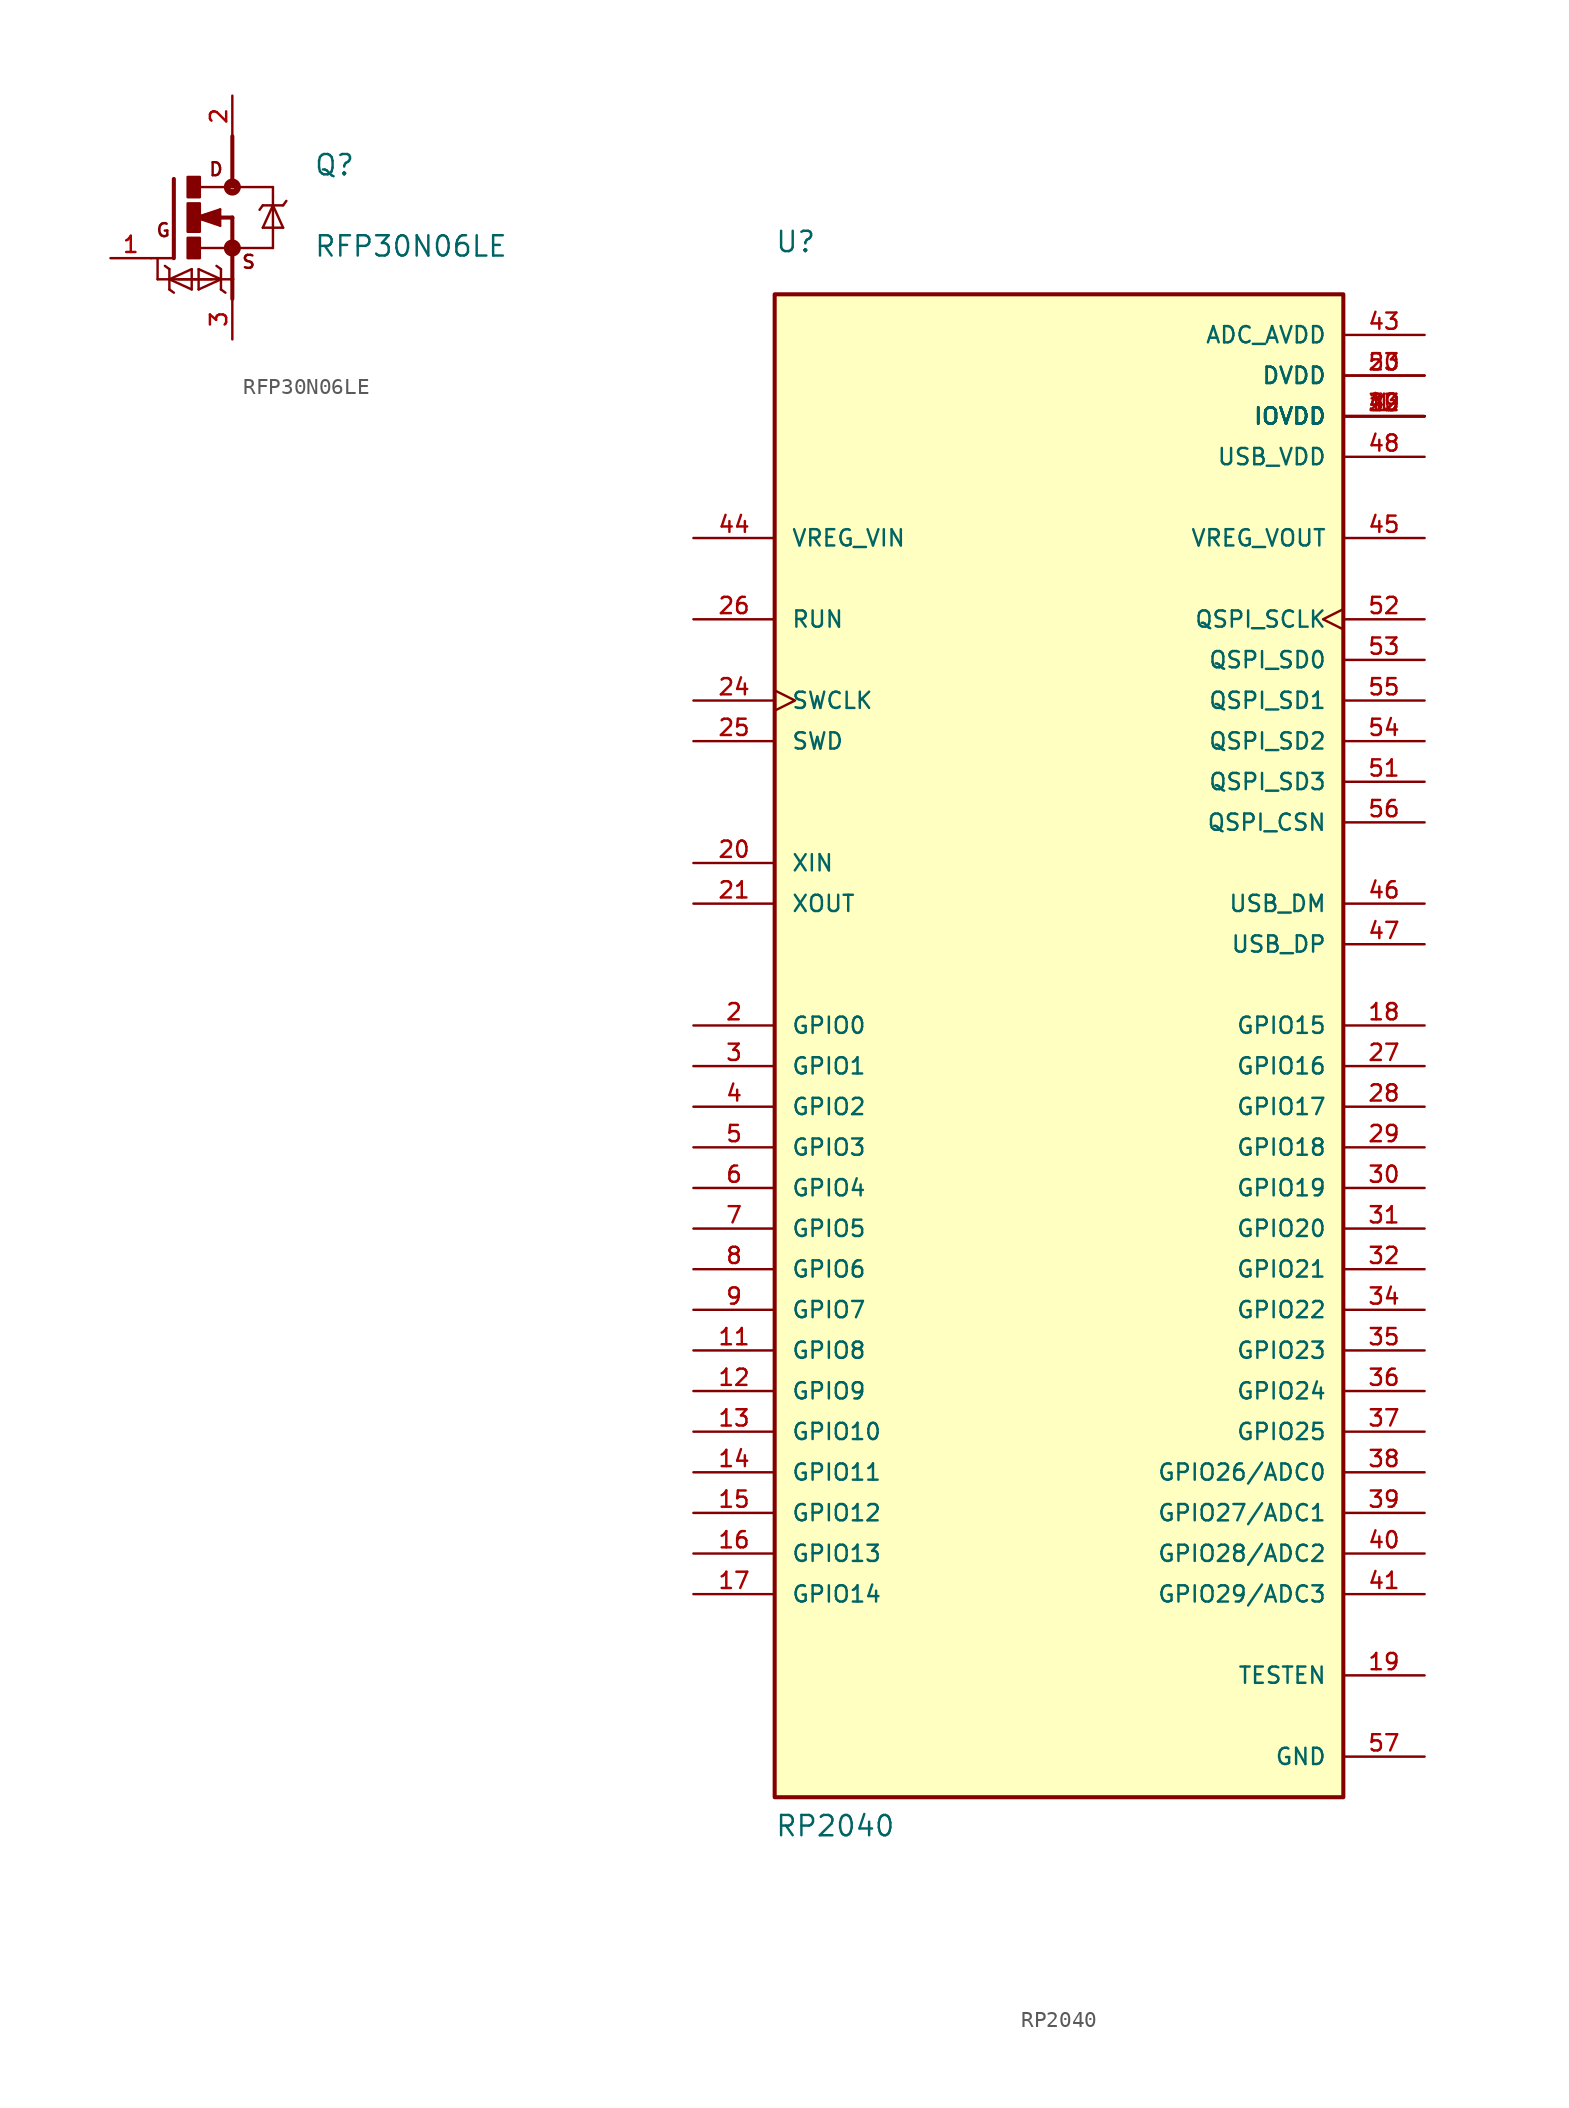
<source format=kicad_sym>
(kicad_symbol_lib
  (version 20211014)
  (generator kicad_symbol_editor)
  (symbol "RFP30N06LE"
    (pin_names
      (offset 1.016) hide)
    (property "Reference" "Q"
      (at 5.08 2.54 0)
      (effects (font (size 1.27 1.27)) (justify left bottom)))
    (property "Value" "RFP30N06LE"
      (at 5.08 -2.54 0)
      (effects (font (size 1.27 1.27)) (justify left bottom)))
    (symbol "RFP30N06LE_0_0"
      (rectangle (start -2.794 -2.54) (end -2.032 -1.27) (stroke (width 0) (type default) (color 0 0 0 0)) (fill (type outline)))
      (rectangle (start -2.794 1.27) (end -2.032 2.54) (stroke (width 0) (type default) (color 0 0 0 0)) (fill (type outline)))
      (circle (center 0 -1.905) (radius 0.127) (stroke (width 0.406) (type default) (color 0 0 0 0)) (fill (type none)))
      (polyline (pts (xy -4.674 -3.861) (xy -3.937 -3.861)) (stroke (width 0.152) (type default) (color 0 0 0 0)) (fill (type none)))
      (polyline (pts (xy -4.674 -2.54) (xy -5.08 -2.54)) (stroke (width 0.152) (type default) (color 0 0 0 0)) (fill (type none)))
      (polyline (pts (xy -4.674 -2.54) (xy -4.674 -3.861)) (stroke (width 0.152) (type default) (color 0 0 0 0)) (fill (type none)))
      (polyline (pts (xy -4.216 -3.023) (xy -3.937 -3.226)) (stroke (width 0.152) (type default) (color 0 0 0 0)) (fill (type none)))
      (polyline (pts (xy -3.937 -4.496) (xy -3.937 -3.861)) (stroke (width 0.152) (type default) (color 0 0 0 0)) (fill (type none)))
      (polyline (pts (xy -3.937 -4.496) (xy -3.658 -4.699)) (stroke (width 0.152) (type default) (color 0 0 0 0)) (fill (type none)))
      (polyline (pts (xy -3.937 -3.861) (xy -3.937 -3.226)) (stroke (width 0.152) (type default) (color 0 0 0 0)) (fill (type none)))
      (polyline (pts (xy -3.937 -3.861) (xy -2.54 -4.496)) (stroke (width 0.152) (type default) (color 0 0 0 0)) (fill (type none)))
      (polyline (pts (xy -3.937 -3.861) (xy -1.27 -3.861)) (stroke (width 0.152) (type default) (color 0 0 0 0)) (fill (type none)))
      (polyline (pts (xy -3.658 -2.54) (xy -4.674 -2.54)) (stroke (width 0.152) (type default) (color 0 0 0 0)) (fill (type none)))
      (polyline (pts (xy -3.658 2.413) (xy -3.658 -2.54)) (stroke (width 0.254) (type default) (color 0 0 0 0)) (fill (type none)))
      (polyline (pts (xy -2.54 -4.496) (xy -2.54 -3.226)) (stroke (width 0.152) (type default) (color 0 0 0 0)) (fill (type none)))
      (polyline (pts (xy -2.54 -3.226) (xy -3.937 -3.861)) (stroke (width 0.152) (type default) (color 0 0 0 0)) (fill (type none)))
      (polyline (pts (xy -2.286 0) (xy -0.762 -0.508)) (stroke (width 0.152) (type default) (color 0 0 0 0)) (fill (type none)))
      (polyline (pts (xy -2.108 -4.496) (xy -0.711 -3.861)) (stroke (width 0.152) (type default) (color 0 0 0 0)) (fill (type none)))
      (polyline (pts (xy -2.108 -3.226) (xy -2.108 -4.496)) (stroke (width 0.152) (type default) (color 0 0 0 0)) (fill (type none)))
      (polyline (pts (xy -2.032 -1.905) (xy 0 -1.905)) (stroke (width 0.152) (type default) (color 0 0 0 0)) (fill (type none)))
      (polyline (pts (xy -2.032 0) (xy -2.286 0)) (stroke (width 0.254) (type default) (color 0 0 0 0)) (fill (type none)))
      (polyline (pts (xy -2.032 0) (xy -0.889 -0.254)) (stroke (width 0.305) (type default) (color 0 0 0 0)) (fill (type none)))
      (polyline (pts (xy -1.905 0) (xy -2.032 0)) (stroke (width 0.254) (type default) (color 0 0 0 0)) (fill (type none)))
      (polyline (pts (xy -1.143 0.254) (xy -2.032 0)) (stroke (width 0.305) (type default) (color 0 0 0 0)) (fill (type none)))
      (polyline (pts (xy -0.889 -0.254) (xy -0.889 0.254)) (stroke (width 0.305) (type default) (color 0 0 0 0)) (fill (type none)))
      (polyline (pts (xy -0.889 0.254) (xy -2.286 0)) (stroke (width 0.152) (type default) (color 0 0 0 0)) (fill (type none)))
      (polyline (pts (xy -0.889 0.254) (xy -1.905 0)) (stroke (width 0.305) (type default) (color 0 0 0 0)) (fill (type none)))
      (polyline (pts (xy -0.762 -0.508) (xy -0.762 0)) (stroke (width 0.152) (type default) (color 0 0 0 0)) (fill (type none)))
      (polyline (pts (xy -0.762 0) (xy -1.905 0)) (stroke (width 0.254) (type default) (color 0 0 0 0)) (fill (type none)))
      (polyline (pts (xy -0.762 0) (xy -0.762 0.508)) (stroke (width 0.152) (type default) (color 0 0 0 0)) (fill (type none)))
      (polyline (pts (xy -0.762 0) (xy 0 0)) (stroke (width 0.254) (type default) (color 0 0 0 0)) (fill (type none)))
      (polyline (pts (xy -0.762 0.508) (xy -2.286 0)) (stroke (width 0.152) (type default) (color 0 0 0 0)) (fill (type none)))
      (polyline (pts (xy -0.711 -3.861) (xy -3.378 -3.861)) (stroke (width 0.152) (type default) (color 0 0 0 0)) (fill (type none)))
      (polyline (pts (xy -0.711 -3.861) (xy -2.108 -3.226)) (stroke (width 0.152) (type default) (color 0 0 0 0)) (fill (type none)))
      (polyline (pts (xy -0.711 -3.861) (xy -0.711 -4.496)) (stroke (width 0.152) (type default) (color 0 0 0 0)) (fill (type none)))
      (polyline (pts (xy -0.711 -3.226) (xy -0.991 -3.023)) (stroke (width 0.152) (type default) (color 0 0 0 0)) (fill (type none)))
      (polyline (pts (xy -0.711 -3.226) (xy -0.711 -3.861)) (stroke (width 0.152) (type default) (color 0 0 0 0)) (fill (type none)))
      (polyline (pts (xy -0.432 -4.699) (xy -0.711 -4.496)) (stroke (width 0.152) (type default) (color 0 0 0 0)) (fill (type none)))
      (polyline (pts (xy 0 -5.08) (xy 0 -3.861)) (stroke (width 0.254) (type default) (color 0 0 0 0)) (fill (type none)))
      (polyline (pts (xy 0 -3.861) (xy -0.711 -3.861)) (stroke (width 0.152) (type default) (color 0 0 0 0)) (fill (type none)))
      (polyline (pts (xy 0 -3.861) (xy 0 -2.032)) (stroke (width 0.254) (type default) (color 0 0 0 0)) (fill (type none)))
      (polyline (pts (xy 0 -1.905) (xy 0 -2.032)) (stroke (width 0.152) (type default) (color 0 0 0 0)) (fill (type none)))
      (polyline (pts (xy 0 0) (xy 0 -1.778)) (stroke (width 0.254) (type default) (color 0 0 0 0)) (fill (type none)))
      (polyline (pts (xy 0 1.905) (xy -2.007 1.905)) (stroke (width 0.152) (type default) (color 0 0 0 0)) (fill (type none)))
      (polyline (pts (xy 0 1.905) (xy 2.54 1.905)) (stroke (width 0.152) (type default) (color 0 0 0 0)) (fill (type none)))
      (polyline (pts (xy 0 2.032) (xy 0 1.905)) (stroke (width 0.152) (type default) (color 0 0 0 0)) (fill (type none)))
      (polyline (pts (xy 0 5.08) (xy 0 2.032)) (stroke (width 0.254) (type default) (color 0 0 0 0)) (fill (type none)))
      (polyline (pts (xy 1.905 -0.635) (xy 3.175 -0.635)) (stroke (width 0.152) (type default) (color 0 0 0 0)) (fill (type none)))
      (polyline (pts (xy 1.905 0.762) (xy 1.702 0.483)) (stroke (width 0.152) (type default) (color 0 0 0 0)) (fill (type none)))
      (polyline (pts (xy 1.905 0.762) (xy 2.54 0.762)) (stroke (width 0.152) (type default) (color 0 0 0 0)) (fill (type none)))
      (polyline (pts (xy 2.54 -1.905) (xy 0 -1.905)) (stroke (width 0.152) (type default) (color 0 0 0 0)) (fill (type none)))
      (polyline (pts (xy 2.54 0.762) (xy 1.905 -0.635)) (stroke (width 0.152) (type default) (color 0 0 0 0)) (fill (type none)))
      (polyline (pts (xy 2.54 0.762) (xy 2.54 -1.905)) (stroke (width 0.152) (type default) (color 0 0 0 0)) (fill (type none)))
      (polyline (pts (xy 2.54 0.762) (xy 3.175 0.762)) (stroke (width 0.152) (type default) (color 0 0 0 0)) (fill (type none)))
      (polyline (pts (xy 2.54 1.905) (xy 2.54 0.762)) (stroke (width 0.152) (type default) (color 0 0 0 0)) (fill (type none)))
      (polyline (pts (xy 3.175 -0.635) (xy 2.54 0.762)) (stroke (width 0.152) (type default) (color 0 0 0 0)) (fill (type none)))
      (polyline (pts (xy 3.378 1.041) (xy 3.175 0.762)) (stroke (width 0.152) (type default) (color 0 0 0 0)) (fill (type none)))
      (polyline (pts (xy -2.794 0.889) (xy -2.032 0.889) (xy -2.032 -0.889) (xy -2.794 -0.889) (xy -2.794 0.889)) (stroke (width 0) (type default) (color 0 0 0 0)) (fill (type outline)))
      (circle (center 0 1.905) (radius 0.127) (stroke (width 0.406) (type default) (color 0 0 0 0)) (fill (type none)))
      (text "D" (at -1.524 2.54 0) (effects (font (size 0.813 0.813)) (justify left bottom)))
      (text "G" (at -4.826 -1.27 0) (effects (font (size 0.813 0.813)) (justify left bottom)))
      (text "S" (at 0.533 -3.251 0) (effects (font (size 0.813 0.813)) (justify left bottom)))
      (pin input line (at -7.62 -2.54 0) (length 2.54) (name "~" (effects (font (size 1.016 1.016)))) (number "1" (effects (font (size 1.016 1.016)))))
      (pin power_in line (at 0 7.62 270) (length 2.54) (name "~" (effects (font (size 1.016 1.016)))) (number "2" (effects (font (size 1.016 1.016)))))
      (pin power_in line (at 0 -7.62 90) (length 2.54) (name "~" (effects (font (size 1.016 1.016)))) (number "3" (effects (font (size 1.016 1.016)))))))
  (symbol "RP2040"
    (pin_names
      (offset 1.016))
    (property "Reference" "U"
      (at -17.78 50.8 0)
      (effects (font (size 1.27 1.27)) (justify left bottom)))
    (property "Value" "RP2040"
      (at -17.78 -48.26 0)
      (effects (font (size 1.27 1.27)) (justify left bottom)))
    (symbol "RP2040_0_0"
      (rectangle (start -17.78 -45.72) (end 17.78 48.26) (stroke (width 0.254) (type default) (color 0 0 0 0)) (fill (type background)))
      (pin power_in line (at 22.86 40.64 180) (length 5.08) (name "IOVDD" (effects (font (size 1.016 1.016)))) (number "1" (effects (font (size 1.016 1.016)))))
      (pin power_in line (at 22.86 40.64 180) (length 5.08) (name "IOVDD" (effects (font (size 1.016 1.016)))) (number "10" (effects (font (size 1.016 1.016)))))
      (pin bidirectional line (at -22.86 -17.78 0) (length 5.08) (name "GPIO8" (effects (font (size 1.016 1.016)))) (number "11" (effects (font (size 1.016 1.016)))))
      (pin bidirectional line (at -22.86 -20.32 0) (length 5.08) (name "GPIO9" (effects (font (size 1.016 1.016)))) (number "12" (effects (font (size 1.016 1.016)))))
      (pin bidirectional line (at -22.86 -22.86 0) (length 5.08) (name "GPIO10" (effects (font (size 1.016 1.016)))) (number "13" (effects (font (size 1.016 1.016)))))
      (pin bidirectional line (at -22.86 -25.4 0) (length 5.08) (name "GPIO11" (effects (font (size 1.016 1.016)))) (number "14" (effects (font (size 1.016 1.016)))))
      (pin bidirectional line (at -22.86 -27.94 0) (length 5.08) (name "GPIO12" (effects (font (size 1.016 1.016)))) (number "15" (effects (font (size 1.016 1.016)))))
      (pin bidirectional line (at -22.86 -30.48 0) (length 5.08) (name "GPIO13" (effects (font (size 1.016 1.016)))) (number "16" (effects (font (size 1.016 1.016)))))
      (pin bidirectional line (at -22.86 -33.02 0) (length 5.08) (name "GPIO14" (effects (font (size 1.016 1.016)))) (number "17" (effects (font (size 1.016 1.016)))))
      (pin bidirectional line (at 22.86 2.54 180) (length 5.08) (name "GPIO15" (effects (font (size 1.016 1.016)))) (number "18" (effects (font (size 1.016 1.016)))))
      (pin passive line (at 22.86 -38.1 180) (length 5.08) (name "TESTEN" (effects (font (size 1.016 1.016)))) (number "19" (effects (font (size 1.016 1.016)))))
      (pin bidirectional line (at -22.86 2.54 0) (length 5.08) (name "GPIO0" (effects (font (size 1.016 1.016)))) (number "2" (effects (font (size 1.016 1.016)))))
      (pin input line (at -22.86 12.7 0) (length 5.08) (name "XIN" (effects (font (size 1.016 1.016)))) (number "20" (effects (font (size 1.016 1.016)))))
      (pin output line (at -22.86 10.16 0) (length 5.08) (name "XOUT" (effects (font (size 1.016 1.016)))) (number "21" (effects (font (size 1.016 1.016)))))
      (pin power_in line (at 22.86 40.64 180) (length 5.08) (name "IOVDD" (effects (font (size 1.016 1.016)))) (number "22" (effects (font (size 1.016 1.016)))))
      (pin power_in line (at 22.86 43.18 180) (length 5.08) (name "DVDD" (effects (font (size 1.016 1.016)))) (number "23" (effects (font (size 1.016 1.016)))))
      (pin input clock (at -22.86 22.86 0) (length 5.08) (name "SWCLK" (effects (font (size 1.016 1.016)))) (number "24" (effects (font (size 1.016 1.016)))))
      (pin bidirectional line (at -22.86 20.32 0) (length 5.08) (name "SWD" (effects (font (size 1.016 1.016)))) (number "25" (effects (font (size 1.016 1.016)))))
      (pin input line (at -22.86 27.94 0) (length 5.08) (name "RUN" (effects (font (size 1.016 1.016)))) (number "26" (effects (font (size 1.016 1.016)))))
      (pin bidirectional line (at 22.86 0 180) (length 5.08) (name "GPIO16" (effects (font (size 1.016 1.016)))) (number "27" (effects (font (size 1.016 1.016)))))
      (pin bidirectional line (at 22.86 -2.54 180) (length 5.08) (name "GPIO17" (effects (font (size 1.016 1.016)))) (number "28" (effects (font (size 1.016 1.016)))))
      (pin bidirectional line (at 22.86 -5.08 180) (length 5.08) (name "GPIO18" (effects (font (size 1.016 1.016)))) (number "29" (effects (font (size 1.016 1.016)))))
      (pin bidirectional line (at -22.86 0 0) (length 5.08) (name "GPIO1" (effects (font (size 1.016 1.016)))) (number "3" (effects (font (size 1.016 1.016)))))
      (pin bidirectional line (at 22.86 -7.62 180) (length 5.08) (name "GPIO19" (effects (font (size 1.016 1.016)))) (number "30" (effects (font (size 1.016 1.016)))))
      (pin bidirectional line (at 22.86 -10.16 180) (length 5.08) (name "GPIO20" (effects (font (size 1.016 1.016)))) (number "31" (effects (font (size 1.016 1.016)))))
      (pin bidirectional line (at 22.86 -12.7 180) (length 5.08) (name "GPIO21" (effects (font (size 1.016 1.016)))) (number "32" (effects (font (size 1.016 1.016)))))
      (pin power_in line (at 22.86 40.64 180) (length 5.08) (name "IOVDD" (effects (font (size 1.016 1.016)))) (number "33" (effects (font (size 1.016 1.016)))))
      (pin bidirectional line (at 22.86 -15.24 180) (length 5.08) (name "GPIO22" (effects (font (size 1.016 1.016)))) (number "34" (effects (font (size 1.016 1.016)))))
      (pin bidirectional line (at 22.86 -17.78 180) (length 5.08) (name "GPIO23" (effects (font (size 1.016 1.016)))) (number "35" (effects (font (size 1.016 1.016)))))
      (pin bidirectional line (at 22.86 -20.32 180) (length 5.08) (name "GPIO24" (effects (font (size 1.016 1.016)))) (number "36" (effects (font (size 1.016 1.016)))))
      (pin bidirectional line (at 22.86 -22.86 180) (length 5.08) (name "GPIO25" (effects (font (size 1.016 1.016)))) (number "37" (effects (font (size 1.016 1.016)))))
      (pin bidirectional line (at 22.86 -25.4 180) (length 5.08) (name "GPIO26/ADC0" (effects (font (size 1.016 1.016)))) (number "38" (effects (font (size 1.016 1.016)))))
      (pin bidirectional line (at 22.86 -27.94 180) (length 5.08) (name "GPIO27/ADC1" (effects (font (size 1.016 1.016)))) (number "39" (effects (font (size 1.016 1.016)))))
      (pin bidirectional line (at -22.86 -2.54 0) (length 5.08) (name "GPIO2" (effects (font (size 1.016 1.016)))) (number "4" (effects (font (size 1.016 1.016)))))
      (pin bidirectional line (at 22.86 -30.48 180) (length 5.08) (name "GPIO28/ADC2" (effects (font (size 1.016 1.016)))) (number "40" (effects (font (size 1.016 1.016)))))
      (pin bidirectional line (at 22.86 -33.02 180) (length 5.08) (name "GPIO29/ADC3" (effects (font (size 1.016 1.016)))) (number "41" (effects (font (size 1.016 1.016)))))
      (pin power_in line (at 22.86 40.64 180) (length 5.08) (name "IOVDD" (effects (font (size 1.016 1.016)))) (number "42" (effects (font (size 1.016 1.016)))))
      (pin power_in line (at 22.86 45.72 180) (length 5.08) (name "ADC_AVDD" (effects (font (size 1.016 1.016)))) (number "43" (effects (font (size 1.016 1.016)))))
      (pin input line (at -22.86 33.02 0) (length 5.08) (name "VREG_VIN" (effects (font (size 1.016 1.016)))) (number "44" (effects (font (size 1.016 1.016)))))
      (pin output line (at 22.86 33.02 180) (length 5.08) (name "VREG_VOUT" (effects (font (size 1.016 1.016)))) (number "45" (effects (font (size 1.016 1.016)))))
      (pin bidirectional line (at 22.86 10.16 180) (length 5.08) (name "USB_DM" (effects (font (size 1.016 1.016)))) (number "46" (effects (font (size 1.016 1.016)))))
      (pin bidirectional line (at 22.86 7.62 180) (length 5.08) (name "USB_DP" (effects (font (size 1.016 1.016)))) (number "47" (effects (font (size 1.016 1.016)))))
      (pin power_in line (at 22.86 38.1 180) (length 5.08) (name "USB_VDD" (effects (font (size 1.016 1.016)))) (number "48" (effects (font (size 1.016 1.016)))))
      (pin power_in line (at 22.86 40.64 180) (length 5.08) (name "IOVDD" (effects (font (size 1.016 1.016)))) (number "49" (effects (font (size 1.016 1.016)))))
      (pin bidirectional line (at -22.86 -5.08 0) (length 5.08) (name "GPIO3" (effects (font (size 1.016 1.016)))) (number "5" (effects (font (size 1.016 1.016)))))
      (pin power_in line (at 22.86 43.18 180) (length 5.08) (name "DVDD" (effects (font (size 1.016 1.016)))) (number "50" (effects (font (size 1.016 1.016)))))
      (pin bidirectional line (at 22.86 17.78 180) (length 5.08) (name "QSPI_SD3" (effects (font (size 1.016 1.016)))) (number "51" (effects (font (size 1.016 1.016)))))
      (pin bidirectional clock (at 22.86 27.94 180) (length 5.08) (name "QSPI_SCLK" (effects (font (size 1.016 1.016)))) (number "52" (effects (font (size 1.016 1.016)))))
      (pin bidirectional line (at 22.86 25.4 180) (length 5.08) (name "QSPI_SD0" (effects (font (size 1.016 1.016)))) (number "53" (effects (font (size 1.016 1.016)))))
      (pin bidirectional line (at 22.86 20.32 180) (length 5.08) (name "QSPI_SD2" (effects (font (size 1.016 1.016)))) (number "54" (effects (font (size 1.016 1.016)))))
      (pin bidirectional line (at 22.86 22.86 180) (length 5.08) (name "QSPI_SD1" (effects (font (size 1.016 1.016)))) (number "55" (effects (font (size 1.016 1.016)))))
      (pin bidirectional line (at 22.86 15.24 180) (length 5.08) (name "QSPI_CSN" (effects (font (size 1.016 1.016)))) (number "56" (effects (font (size 1.016 1.016)))))
      (pin power_in line (at 22.86 -43.18 180) (length 5.08) (name "GND" (effects (font (size 1.016 1.016)))) (number "57" (effects (font (size 1.016 1.016)))))
      (pin bidirectional line (at -22.86 -7.62 0) (length 5.08) (name "GPIO4" (effects (font (size 1.016 1.016)))) (number "6" (effects (font (size 1.016 1.016)))))
      (pin bidirectional line (at -22.86 -10.16 0) (length 5.08) (name "GPIO5" (effects (font (size 1.016 1.016)))) (number "7" (effects (font (size 1.016 1.016)))))
      (pin bidirectional line (at -22.86 -12.7 0) (length 5.08) (name "GPIO6" (effects (font (size 1.016 1.016)))) (number "8" (effects (font (size 1.016 1.016)))))
      (pin bidirectional line (at -22.86 -15.24 0) (length 5.08) (name "GPIO7" (effects (font (size 1.016 1.016)))) (number "9" (effects (font (size 1.016 1.016))))))))
</source>
